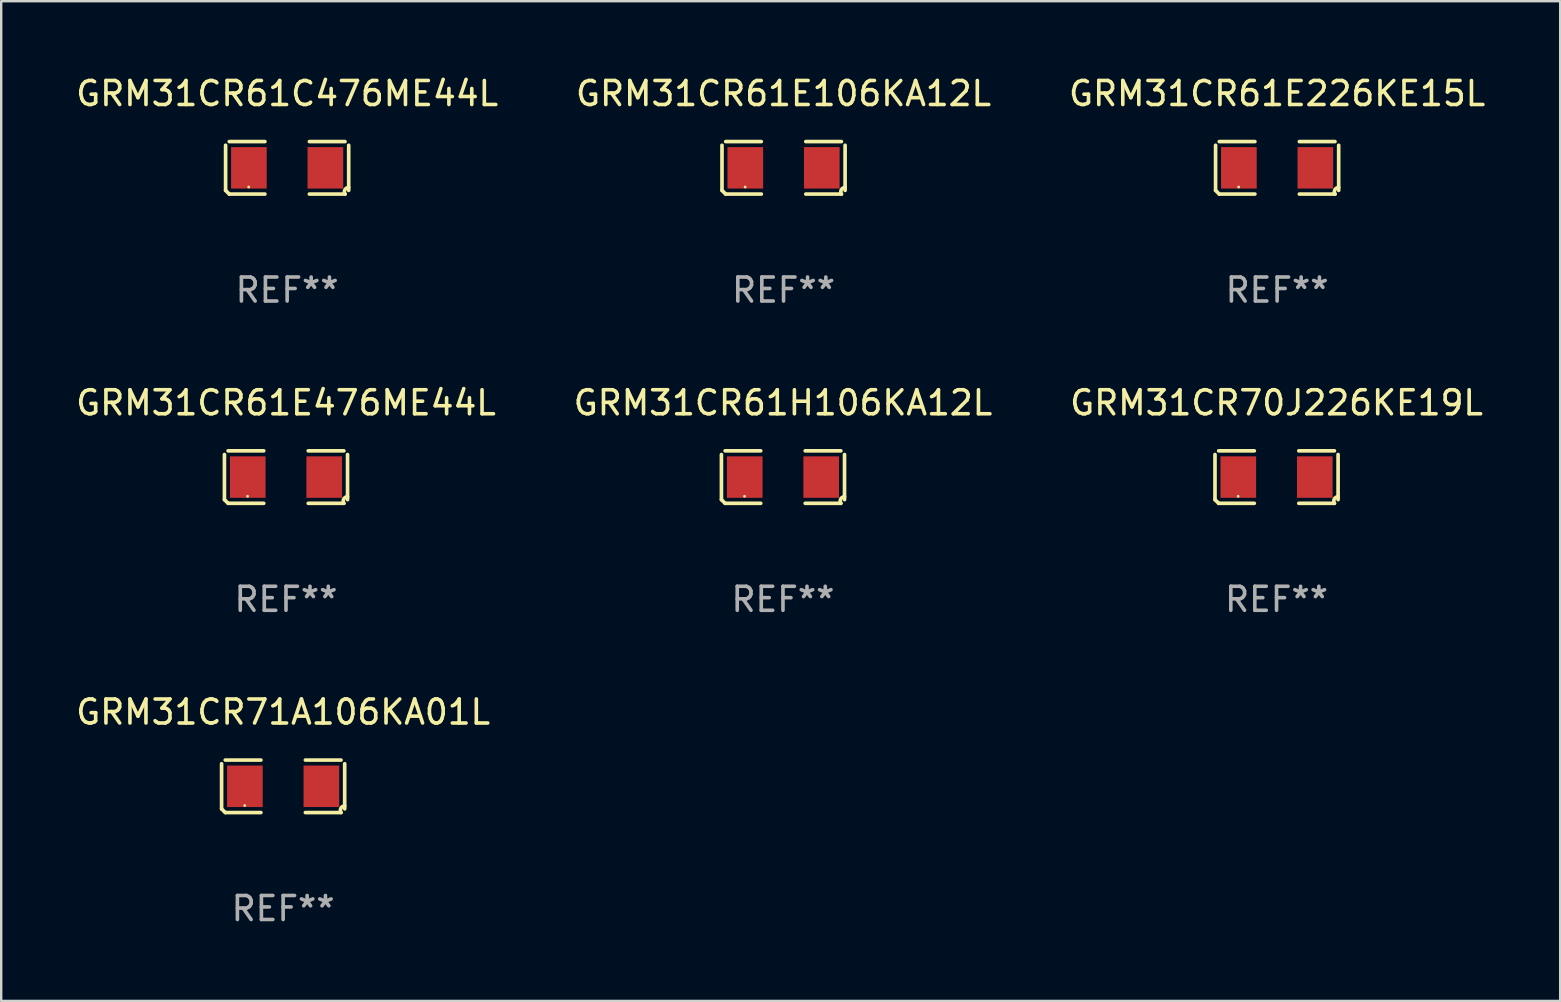
<source format=kicad_pcb>
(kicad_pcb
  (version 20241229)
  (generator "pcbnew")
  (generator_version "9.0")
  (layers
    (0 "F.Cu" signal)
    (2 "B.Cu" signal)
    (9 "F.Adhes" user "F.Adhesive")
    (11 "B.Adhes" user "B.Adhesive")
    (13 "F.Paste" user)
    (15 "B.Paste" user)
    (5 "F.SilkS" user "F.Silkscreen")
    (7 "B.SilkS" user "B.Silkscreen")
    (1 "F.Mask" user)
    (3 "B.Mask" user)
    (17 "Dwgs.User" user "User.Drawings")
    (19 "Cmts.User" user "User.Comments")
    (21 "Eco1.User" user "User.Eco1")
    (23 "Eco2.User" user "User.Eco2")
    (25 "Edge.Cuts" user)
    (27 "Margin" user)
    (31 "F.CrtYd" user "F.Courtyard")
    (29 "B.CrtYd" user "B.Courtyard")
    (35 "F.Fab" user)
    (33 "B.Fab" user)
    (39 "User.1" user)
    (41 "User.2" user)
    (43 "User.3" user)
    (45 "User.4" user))
  (footprint "GRM31CR71A106KA01L"
    (layer "F.Cu")
    (at 8.744 29.704)
    (property "Reference" "GRM31CR71A106KA01L" (at 0 -3.093 0) (layer "F.SilkS") (effects (font (size 1 1) (thickness 0.15))))
    (attr through_hole)
    (fp_line (start -2.564 0.94) (end -2.564 -0.94) (stroke (width 0.152) (type solid)) (layer "F.SilkS"))
    (fp_line (start -2.411 -1.093) (end -0.926 -1.093) (stroke (width 0.152) (type solid)) (layer "F.SilkS"))
    (fp_line (start -0.926 1.093) (end -2.411 1.093) (stroke (width 0.152) (type solid)) (layer "F.SilkS"))
    (fp_line (start 0.926 1.093) (end 2.411 1.093) (stroke (width 0.152) (type solid)) (layer "F.SilkS"))
    (fp_line (start 2.411 -1.093) (end 0.926 -1.093) (stroke (width 0.152) (type solid)) (layer "F.SilkS"))
    (fp_line (start 2.564 0.94) (end 2.564 -0.94) (stroke (width 0.152) (type solid)) (layer "F.SilkS"))
    (fp_arc (start -2.411201 1.092609) (mid -2.487413 1.01642) (end -2.563602 0.940208) (stroke (width 0.1524) (type solid)) (layer "F.SilkS"))
    (fp_arc (start 2.411201 1.092609) (mid 2.407159 0.911226) (end 2.563602 0.819347) (stroke (width 0.1524) (type solid)) (layer "F.SilkS"))
    (fp_circle (center -1.6 0.8) (end -1.57 0.8) (stroke (width 0.06) (type solid)) (fill no) (layer "F.SilkS"))
    (fp_text user "REF**" (at 0 5.093 0) (layer "F.Fab") (effects (font (size 1 1) (thickness 0.15))))
    (pad "1" smd rect (at -1.593 0) (size 1.485 1.728) (layers "F.Cu" "F.Mask" "F.Paste"))
    (pad "2" smd rect (at 1.593 0) (size 1.485 1.728) (layers "F.Cu" "F.Mask" "F.Paste")))
  (footprint "GRM31CR61E476ME44L"
    (layer "F.Cu")
    (at 8.863 16.823)
    (property "Reference" "GRM31CR61E476ME44L" (at 0 -3.093 0) (layer "F.SilkS") (effects (font (size 1 1) (thickness 0.15))))
    (attr through_hole)
    (fp_line (start -2.564 0.94) (end -2.564 -0.94) (stroke (width 0.152) (type solid)) (layer "F.SilkS"))
    (fp_line (start -2.411 -1.093) (end -0.926 -1.093) (stroke (width 0.152) (type solid)) (layer "F.SilkS"))
    (fp_line (start -0.926 1.093) (end -2.411 1.093) (stroke (width 0.152) (type solid)) (layer "F.SilkS"))
    (fp_line (start 0.926 1.093) (end 2.411 1.093) (stroke (width 0.152) (type solid)) (layer "F.SilkS"))
    (fp_line (start 2.411 -1.093) (end 0.926 -1.093) (stroke (width 0.152) (type solid)) (layer "F.SilkS"))
    (fp_line (start 2.564 0.94) (end 2.564 -0.94) (stroke (width 0.152) (type solid)) (layer "F.SilkS"))
    (fp_arc (start -2.411201 1.092609) (mid -2.487413 1.01642) (end -2.563602 0.940208) (stroke (width 0.1524) (type solid)) (layer "F.SilkS"))
    (fp_arc (start 2.411201 1.092609) (mid 2.407159 0.911226) (end 2.563602 0.819347) (stroke (width 0.1524) (type solid)) (layer "F.SilkS"))
    (fp_circle (center -1.6 0.8) (end -1.57 0.8) (stroke (width 0.06) (type solid)) (fill no) (layer "F.SilkS"))
    (fp_text user "REF**" (at 0 5.093 0) (layer "F.Fab") (effects (font (size 1 1) (thickness 0.15))))
    (pad "1" smd rect (at -1.593 0) (size 1.485 1.728) (layers "F.Cu" "F.Mask" "F.Paste"))
    (pad "2" smd rect (at 1.593 0) (size 1.485 1.728) (layers "F.Cu" "F.Mask" "F.Paste")))
  (footprint "GRM31CR61H106KA12L"
    (layer "F.Cu")
    (at 29.565 16.823)
    (property "Reference" "GRM31CR61H106KA12L" (at 0 -3.093 0) (layer "F.SilkS") (effects (font (size 1 1) (thickness 0.15))))
    (attr through_hole)
    (fp_line (start -2.564 0.94) (end -2.564 -0.94) (stroke (width 0.152) (type solid)) (layer "F.SilkS"))
    (fp_line (start -2.411 -1.093) (end -0.926 -1.093) (stroke (width 0.152) (type solid)) (layer "F.SilkS"))
    (fp_line (start -0.926 1.093) (end -2.411 1.093) (stroke (width 0.152) (type solid)) (layer "F.SilkS"))
    (fp_line (start 0.926 1.093) (end 2.411 1.093) (stroke (width 0.152) (type solid)) (layer "F.SilkS"))
    (fp_line (start 2.411 -1.093) (end 0.926 -1.093) (stroke (width 0.152) (type solid)) (layer "F.SilkS"))
    (fp_line (start 2.564 0.94) (end 2.564 -0.94) (stroke (width 0.152) (type solid)) (layer "F.SilkS"))
    (fp_arc (start -2.411201 1.092609) (mid -2.487413 1.01642) (end -2.563602 0.940208) (stroke (width 0.1524) (type solid)) (layer "F.SilkS"))
    (fp_arc (start 2.411201 1.092609) (mid 2.407159 0.911226) (end 2.563602 0.819347) (stroke (width 0.1524) (type solid)) (layer "F.SilkS"))
    (fp_circle (center -1.6 0.8) (end -1.57 0.8) (stroke (width 0.06) (type solid)) (fill no) (layer "F.SilkS"))
    (fp_text user "REF**" (at 0 5.093 0) (layer "F.Fab") (effects (font (size 1 1) (thickness 0.15))))
    (pad "1" smd rect (at -1.593 0) (size 1.485 1.728) (layers "F.Cu" "F.Mask" "F.Paste"))
    (pad "2" smd rect (at 1.593 0) (size 1.485 1.728) (layers "F.Cu" "F.Mask" "F.Paste")))
  (footprint "GRM31CR61C476ME44L"
    (layer "F.Cu")
    (at 8.911 3.941)
    (property "Reference" "GRM31CR61C476ME44L" (at 0 -3.093 0) (layer "F.SilkS") (effects (font (size 1 1) (thickness 0.15))))
    (attr through_hole)
    (fp_line (start -2.564 0.94) (end -2.564 -0.94) (stroke (width 0.152) (type solid)) (layer "F.SilkS"))
    (fp_line (start -2.411 -1.093) (end -0.926 -1.093) (stroke (width 0.152) (type solid)) (layer "F.SilkS"))
    (fp_line (start -0.926 1.093) (end -2.411 1.093) (stroke (width 0.152) (type solid)) (layer "F.SilkS"))
    (fp_line (start 0.926 1.093) (end 2.411 1.093) (stroke (width 0.152) (type solid)) (layer "F.SilkS"))
    (fp_line (start 2.411 -1.093) (end 0.926 -1.093) (stroke (width 0.152) (type solid)) (layer "F.SilkS"))
    (fp_line (start 2.564 0.94) (end 2.564 -0.94) (stroke (width 0.152) (type solid)) (layer "F.SilkS"))
    (fp_arc (start -2.411201 1.092609) (mid -2.487413 1.01642) (end -2.563602 0.940208) (stroke (width 0.1524) (type solid)) (layer "F.SilkS"))
    (fp_arc (start 2.411201 1.092609) (mid 2.407159 0.911226) (end 2.563602 0.819347) (stroke (width 0.1524) (type solid)) (layer "F.SilkS"))
    (fp_circle (center -1.6 0.8) (end -1.57 0.8) (stroke (width 0.06) (type solid)) (fill no) (layer "F.SilkS"))
    (fp_text user "REF**" (at 0 5.093 0) (layer "F.Fab") (effects (font (size 1 1) (thickness 0.15))))
    (pad "1" smd rect (at -1.593 0) (size 1.485 1.728) (layers "F.Cu" "F.Mask" "F.Paste"))
    (pad "2" smd rect (at 1.593 0) (size 1.485 1.728) (layers "F.Cu" "F.Mask" "F.Paste")))
  (footprint "GRM31CR70J226KE19L"
    (layer "F.Cu")
    (at 50.125 16.823)
    (property "Reference" "GRM31CR70J226KE19L" (at 0 -3.093 0) (layer "F.SilkS") (effects (font (size 1 1) (thickness 0.15))))
    (attr through_hole)
    (fp_line (start -2.564 0.94) (end -2.564 -0.94) (stroke (width 0.152) (type solid)) (layer "F.SilkS"))
    (fp_line (start -2.411 -1.093) (end -0.926 -1.093) (stroke (width 0.152) (type solid)) (layer "F.SilkS"))
    (fp_line (start -0.926 1.093) (end -2.411 1.093) (stroke (width 0.152) (type solid)) (layer "F.SilkS"))
    (fp_line (start 0.926 1.093) (end 2.411 1.093) (stroke (width 0.152) (type solid)) (layer "F.SilkS"))
    (fp_line (start 2.411 -1.093) (end 0.926 -1.093) (stroke (width 0.152) (type solid)) (layer "F.SilkS"))
    (fp_line (start 2.564 0.94) (end 2.564 -0.94) (stroke (width 0.152) (type solid)) (layer "F.SilkS"))
    (fp_arc (start -2.411201 1.092609) (mid -2.487413 1.01642) (end -2.563602 0.940208) (stroke (width 0.1524) (type solid)) (layer "F.SilkS"))
    (fp_arc (start 2.411201 1.092609) (mid 2.407159 0.911226) (end 2.563602 0.819347) (stroke (width 0.1524) (type solid)) (layer "F.SilkS"))
    (fp_circle (center -1.6 0.8) (end -1.57 0.8) (stroke (width 0.06) (type solid)) (fill no) (layer "F.SilkS"))
    (fp_text user "REF**" (at 0 5.093 0) (layer "F.Fab") (effects (font (size 1 1) (thickness 0.15))))
    (pad "1" smd rect (at -1.593 0) (size 1.485 1.728) (layers "F.Cu" "F.Mask" "F.Paste"))
    (pad "2" smd rect (at 1.593 0) (size 1.485 1.728) (layers "F.Cu" "F.Mask" "F.Paste")))
  (footprint "GRM31CR61E226KE15L"
    (layer "F.Cu")
    (at 50.149 3.941)
    (property "Reference" "GRM31CR61E226KE15L" (at 0 -3.093 0) (layer "F.SilkS") (effects (font (size 1 1) (thickness 0.15))))
    (attr through_hole)
    (fp_line (start -2.564 0.94) (end -2.564 -0.94) (stroke (width 0.152) (type solid)) (layer "F.SilkS"))
    (fp_line (start -2.411 -1.093) (end -0.926 -1.093) (stroke (width 0.152) (type solid)) (layer "F.SilkS"))
    (fp_line (start -0.926 1.093) (end -2.411 1.093) (stroke (width 0.152) (type solid)) (layer "F.SilkS"))
    (fp_line (start 0.926 1.093) (end 2.411 1.093) (stroke (width 0.152) (type solid)) (layer "F.SilkS"))
    (fp_line (start 2.411 -1.093) (end 0.926 -1.093) (stroke (width 0.152) (type solid)) (layer "F.SilkS"))
    (fp_line (start 2.564 0.94) (end 2.564 -0.94) (stroke (width 0.152) (type solid)) (layer "F.SilkS"))
    (fp_arc (start -2.411201 1.092609) (mid -2.487413 1.01642) (end -2.563602 0.940208) (stroke (width 0.1524) (type solid)) (layer "F.SilkS"))
    (fp_arc (start 2.411201 1.092609) (mid 2.407159 0.911226) (end 2.563602 0.819347) (stroke (width 0.1524) (type solid)) (layer "F.SilkS"))
    (fp_circle (center -1.6 0.8) (end -1.57 0.8) (stroke (width 0.06) (type solid)) (fill no) (layer "F.SilkS"))
    (fp_text user "REF**" (at 0 5.093 0) (layer "F.Fab") (effects (font (size 1 1) (thickness 0.15))))
    (pad "1" smd rect (at -1.593 0) (size 1.485 1.728) (layers "F.Cu" "F.Mask" "F.Paste"))
    (pad "2" smd rect (at 1.593 0) (size 1.485 1.728) (layers "F.Cu" "F.Mask" "F.Paste")))
  (footprint "GRM31CR61E106KA12L"
    (layer "F.Cu")
    (at 29.589 3.941)
    (property "Reference" "GRM31CR61E106KA12L" (at 0 -3.093 0) (layer "F.SilkS") (effects (font (size 1 1) (thickness 0.15))))
    (attr through_hole)
    (fp_line (start -2.564 0.94) (end -2.564 -0.94) (stroke (width 0.152) (type solid)) (layer "F.SilkS"))
    (fp_line (start -2.411 -1.093) (end -0.926 -1.093) (stroke (width 0.152) (type solid)) (layer "F.SilkS"))
    (fp_line (start -0.926 1.093) (end -2.411 1.093) (stroke (width 0.152) (type solid)) (layer "F.SilkS"))
    (fp_line (start 0.926 1.093) (end 2.411 1.093) (stroke (width 0.152) (type solid)) (layer "F.SilkS"))
    (fp_line (start 2.411 -1.093) (end 0.926 -1.093) (stroke (width 0.152) (type solid)) (layer "F.SilkS"))
    (fp_line (start 2.564 0.94) (end 2.564 -0.94) (stroke (width 0.152) (type solid)) (layer "F.SilkS"))
    (fp_arc (start -2.411201 1.092609) (mid -2.487413 1.01642) (end -2.563602 0.940208) (stroke (width 0.1524) (type solid)) (layer "F.SilkS"))
    (fp_arc (start 2.411201 1.092609) (mid 2.407159 0.911226) (end 2.563602 0.819347) (stroke (width 0.1524) (type solid)) (layer "F.SilkS"))
    (fp_circle (center -1.6 0.8) (end -1.57 0.8) (stroke (width 0.06) (type solid)) (fill no) (layer "F.SilkS"))
    (fp_text user "REF**" (at 0 5.093 0) (layer "F.Fab") (effects (font (size 1 1) (thickness 0.15))))
    (pad "1" smd rect (at -1.593 0) (size 1.485 1.728) (layers "F.Cu" "F.Mask" "F.Paste"))
    (pad "2" smd rect (at 1.593 0) (size 1.485 1.728) (layers "F.Cu" "F.Mask" "F.Paste")))
  (gr_rect
    (start -3 -3)
    (end 61.94 38.645)
    (stroke (width 0.1) (type default))
    (fill no)
    (layer "Edge.Cuts")))
</source>
